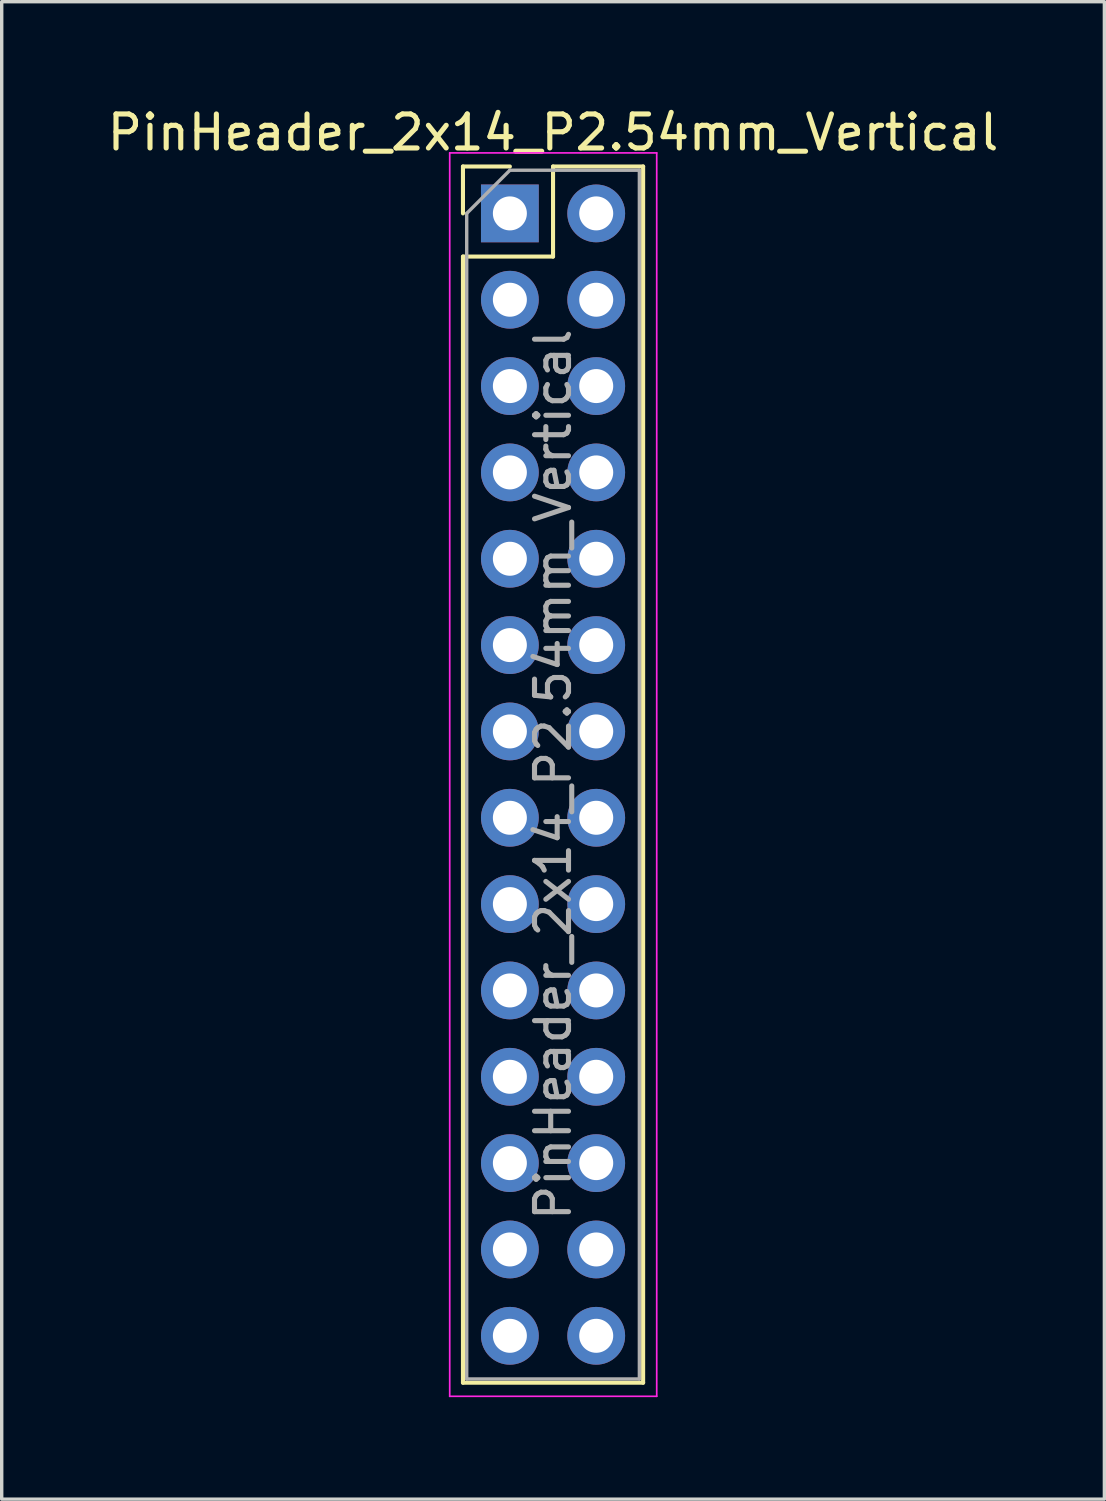
<source format=kicad_pcb>
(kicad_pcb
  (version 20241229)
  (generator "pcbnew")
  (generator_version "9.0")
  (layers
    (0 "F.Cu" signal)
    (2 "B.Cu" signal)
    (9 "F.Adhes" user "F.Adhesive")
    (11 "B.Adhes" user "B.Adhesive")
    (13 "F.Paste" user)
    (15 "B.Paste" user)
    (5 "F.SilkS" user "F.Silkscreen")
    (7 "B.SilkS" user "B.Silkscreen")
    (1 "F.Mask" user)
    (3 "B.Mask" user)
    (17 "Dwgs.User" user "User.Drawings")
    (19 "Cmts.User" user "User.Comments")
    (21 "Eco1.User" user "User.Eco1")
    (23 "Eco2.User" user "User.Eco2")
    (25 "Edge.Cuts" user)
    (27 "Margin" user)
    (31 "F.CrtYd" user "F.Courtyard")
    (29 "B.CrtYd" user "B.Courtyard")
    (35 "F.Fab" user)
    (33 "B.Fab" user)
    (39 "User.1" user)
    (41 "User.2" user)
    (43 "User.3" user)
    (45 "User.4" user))
  (footprint "PinHeader_2x14_P2.54mm_Vertical"
    (layer "F.Cu")
    (at 11.95 3.228)
    (property "Reference" "PinHeader_2x14_P2.54mm_Vertical" (at 1.27 -2.38 0) (layer "F.SilkS") (effects (font (size 1 1) (thickness 0.15))))
    (attr through_hole)
    (fp_line (start -1.38 -1.38) (end 0 -1.38) (stroke (width 0.12) (type solid)) (layer "F.SilkS"))
    (fp_line (start -1.38 0) (end -1.38 -1.38) (stroke (width 0.12) (type solid)) (layer "F.SilkS"))
    (fp_line (start -1.38 1.27) (end -1.38 34.4) (stroke (width 0.12) (type solid)) (layer "F.SilkS"))
    (fp_line (start -1.38 1.27) (end 1.27 1.27) (stroke (width 0.12) (type solid)) (layer "F.SilkS"))
    (fp_line (start -1.38 34.4) (end 3.92 34.4) (stroke (width 0.12) (type solid)) (layer "F.SilkS"))
    (fp_line (start 1.27 -1.38) (end 3.92 -1.38) (stroke (width 0.12) (type solid)) (layer "F.SilkS"))
    (fp_line (start 1.27 1.27) (end 1.27 -1.38) (stroke (width 0.12) (type solid)) (layer "F.SilkS"))
    (fp_line (start 3.92 -1.38) (end 3.92 34.4) (stroke (width 0.12) (type solid)) (layer "F.SilkS"))
    (fp_line (start -1.77 -1.78) (end -1.77 34.8) (stroke (width 0.05) (type solid)) (layer "F.CrtYd"))
    (fp_line (start -1.77 34.8) (end 4.32 34.8) (stroke (width 0.05) (type solid)) (layer "F.CrtYd"))
    (fp_line (start 4.32 -1.78) (end -1.77 -1.78) (stroke (width 0.05) (type solid)) (layer "F.CrtYd"))
    (fp_line (start 4.32 34.8) (end 4.32 -1.78) (stroke (width 0.05) (type solid)) (layer "F.CrtYd"))
    (fp_line (start -1.27 0) (end 0 -1.27) (stroke (width 0.1) (type solid)) (layer "F.Fab"))
    (fp_line (start -1.27 34.29) (end -1.27 0) (stroke (width 0.1) (type solid)) (layer "F.Fab"))
    (fp_line (start 0 -1.27) (end 3.81 -1.27) (stroke (width 0.1) (type solid)) (layer "F.Fab"))
    (fp_line (start 3.81 -1.27) (end 3.81 34.29) (stroke (width 0.1) (type solid)) (layer "F.Fab"))
    (fp_line (start 3.81 34.29) (end -1.27 34.29) (stroke (width 0.1) (type solid)) (layer "F.Fab"))
    (fp_text user "${REFERENCE}" (at 1.27 16.51 90) (layer "F.Fab") (effects (font (size 1 1) (thickness 0.15))))
    (pad "1" thru_hole rect (at 0 0) (size 1.7 1.7) (drill 1) (layers "*.Cu" "*.Mask"))
    (pad "2" thru_hole circle (at 2.54 0) (size 1.7 1.7) (drill 1) (layers "*.Cu" "*.Mask"))
    (pad "3" thru_hole circle (at 0 2.54) (size 1.7 1.7) (drill 1) (layers "*.Cu" "*.Mask"))
    (pad "4" thru_hole circle (at 2.54 2.54) (size 1.7 1.7) (drill 1) (layers "*.Cu" "*.Mask"))
    (pad "5" thru_hole circle (at 0 5.08) (size 1.7 1.7) (drill 1) (layers "*.Cu" "*.Mask"))
    (pad "6" thru_hole circle (at 2.54 5.08) (size 1.7 1.7) (drill 1) (layers "*.Cu" "*.Mask"))
    (pad "7" thru_hole circle (at 0 7.62) (size 1.7 1.7) (drill 1) (layers "*.Cu" "*.Mask"))
    (pad "8" thru_hole circle (at 2.54 7.62) (size 1.7 1.7) (drill 1) (layers "*.Cu" "*.Mask"))
    (pad "9" thru_hole circle (at 0 10.16) (size 1.7 1.7) (drill 1) (layers "*.Cu" "*.Mask"))
    (pad "10" thru_hole circle (at 2.54 10.16) (size 1.7 1.7) (drill 1) (layers "*.Cu" "*.Mask"))
    (pad "11" thru_hole circle (at 0 12.7) (size 1.7 1.7) (drill 1) (layers "*.Cu" "*.Mask"))
    (pad "12" thru_hole circle (at 2.54 12.7) (size 1.7 1.7) (drill 1) (layers "*.Cu" "*.Mask"))
    (pad "13" thru_hole circle (at 0 15.24) (size 1.7 1.7) (drill 1) (layers "*.Cu" "*.Mask"))
    (pad "14" thru_hole circle (at 2.54 15.24) (size 1.7 1.7) (drill 1) (layers "*.Cu" "*.Mask"))
    (pad "15" thru_hole circle (at 0 17.78) (size 1.7 1.7) (drill 1) (layers "*.Cu" "*.Mask"))
    (pad "16" thru_hole circle (at 2.54 17.78) (size 1.7 1.7) (drill 1) (layers "*.Cu" "*.Mask"))
    (pad "17" thru_hole circle (at 0 20.32) (size 1.7 1.7) (drill 1) (layers "*.Cu" "*.Mask"))
    (pad "18" thru_hole circle (at 2.54 20.32) (size 1.7 1.7) (drill 1) (layers "*.Cu" "*.Mask"))
    (pad "19" thru_hole circle (at 0 22.86) (size 1.7 1.7) (drill 1) (layers "*.Cu" "*.Mask"))
    (pad "20" thru_hole circle (at 2.54 22.86) (size 1.7 1.7) (drill 1) (layers "*.Cu" "*.Mask"))
    (pad "21" thru_hole circle (at 0 25.4) (size 1.7 1.7) (drill 1) (layers "*.Cu" "*.Mask"))
    (pad "22" thru_hole circle (at 2.54 25.4) (size 1.7 1.7) (drill 1) (layers "*.Cu" "*.Mask"))
    (pad "23" thru_hole circle (at 0 27.94) (size 1.7 1.7) (drill 1) (layers "*.Cu" "*.Mask"))
    (pad "24" thru_hole circle (at 2.54 27.94) (size 1.7 1.7) (drill 1) (layers "*.Cu" "*.Mask"))
    (pad "25" thru_hole circle (at 0 30.48) (size 1.7 1.7) (drill 1) (layers "*.Cu" "*.Mask"))
    (pad "26" thru_hole circle (at 2.54 30.48) (size 1.7 1.7) (drill 1) (layers "*.Cu" "*.Mask"))
    (pad "27" thru_hole circle (at 0 33.02) (size 1.7 1.7) (drill 1) (layers "*.Cu" "*.Mask"))
    (pad "28" thru_hole circle (at 2.54 33.02) (size 1.7 1.7) (drill 1) (layers "*.Cu" "*.Mask")))
  (gr_rect
    (start -3 -3)
    (end 29.44 41.053)
    (stroke (width 0.1) (type default))
    (fill no)
    (layer "Edge.Cuts")))
</source>
